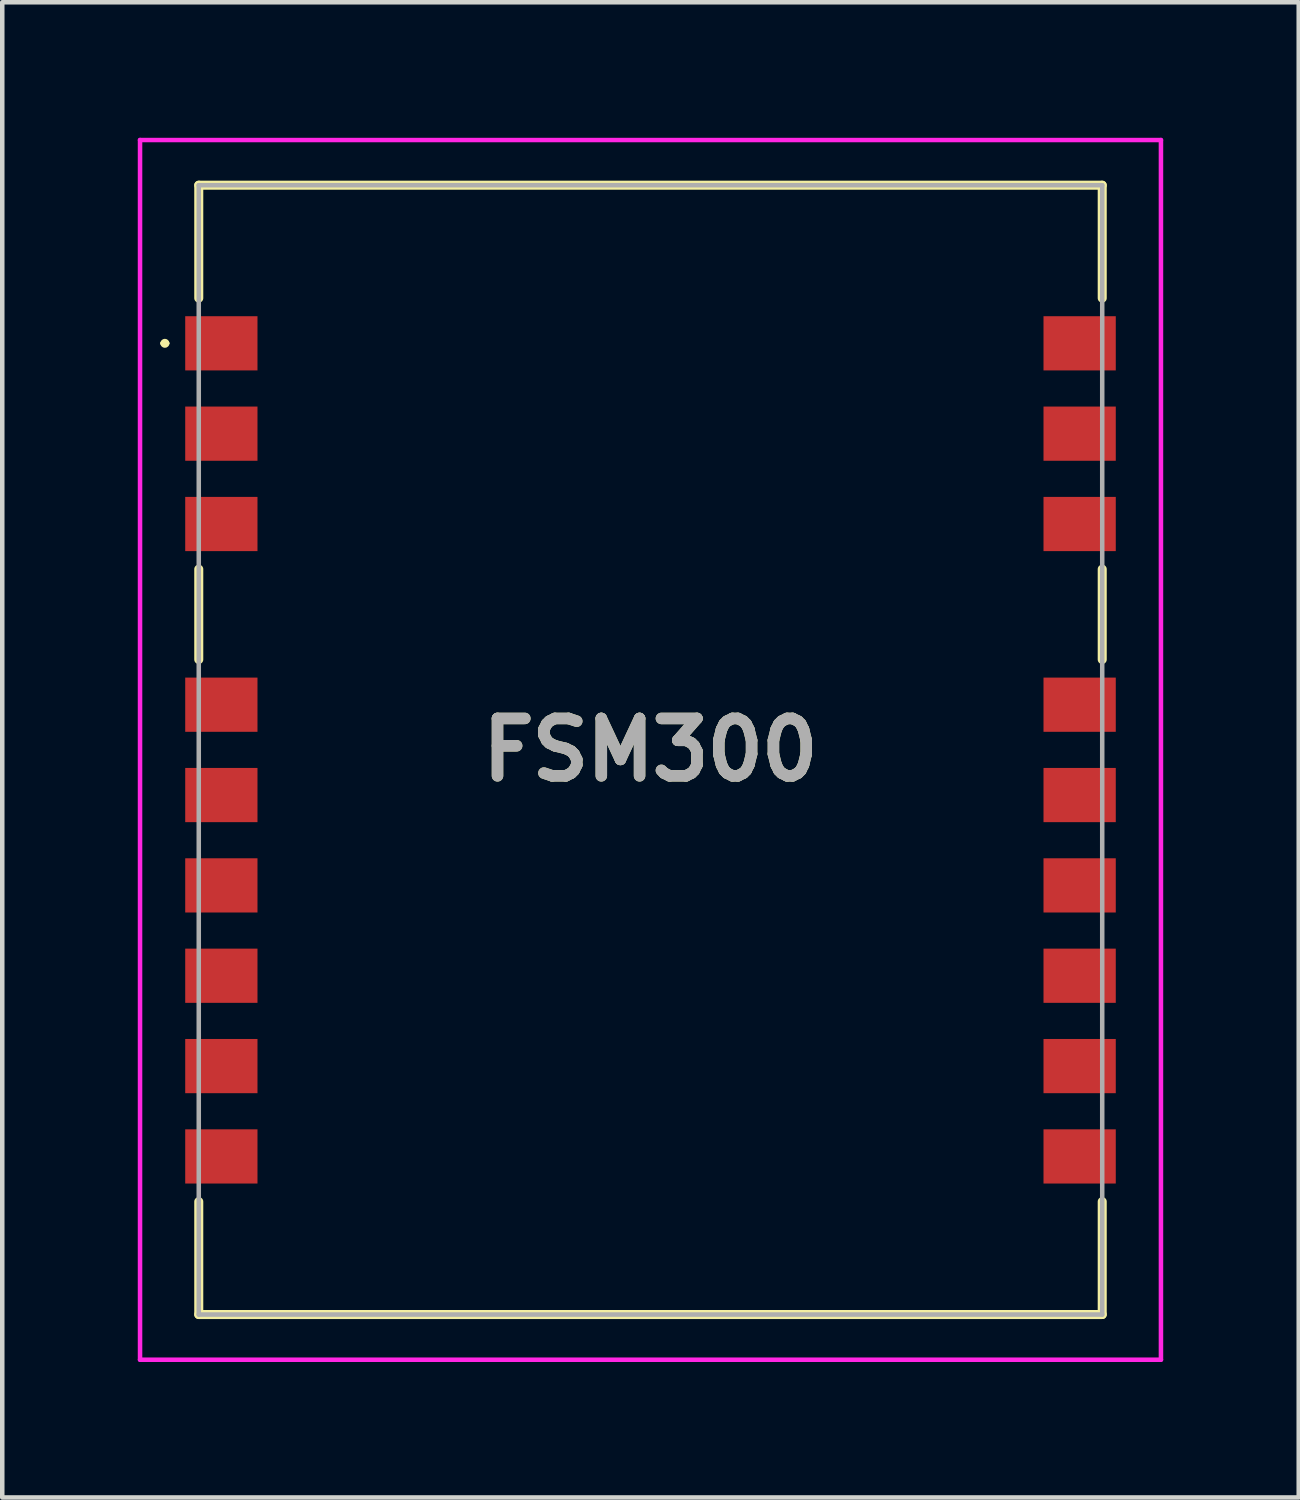
<source format=kicad_pcb>
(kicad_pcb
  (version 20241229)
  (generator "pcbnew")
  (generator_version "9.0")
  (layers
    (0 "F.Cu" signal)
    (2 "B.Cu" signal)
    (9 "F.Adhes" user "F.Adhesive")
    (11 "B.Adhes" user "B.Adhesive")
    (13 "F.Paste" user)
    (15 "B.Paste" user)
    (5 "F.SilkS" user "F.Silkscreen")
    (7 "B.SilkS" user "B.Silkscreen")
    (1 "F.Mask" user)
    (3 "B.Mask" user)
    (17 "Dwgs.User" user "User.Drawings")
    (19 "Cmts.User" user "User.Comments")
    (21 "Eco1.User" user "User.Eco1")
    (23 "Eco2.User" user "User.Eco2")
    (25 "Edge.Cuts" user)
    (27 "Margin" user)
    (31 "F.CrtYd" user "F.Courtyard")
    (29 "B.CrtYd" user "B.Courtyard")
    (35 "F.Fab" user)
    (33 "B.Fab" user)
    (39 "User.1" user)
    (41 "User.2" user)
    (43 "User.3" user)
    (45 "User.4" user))
  (footprint "FSM300"
    (layer "F.Cu")
    (at 11.35 13.55)
    (property "Reference" "FSM300" (at 0 0 0) (layer "F.SilkS") (effects (font (size 1.27 1.27) (thickness 0.254))))
    (attr smd)
    (fp_line (start -10.8 -9) (end -10.8 -9) (stroke (width 0.1) (type solid)) (layer "F.SilkS"))
    (fp_line (start -10.7 -9) (end -10.7 -9) (stroke (width 0.1) (type solid)) (layer "F.SilkS"))
    (fp_line (start -10 -12.5) (end -10 -10) (stroke (width 0.2) (type solid)) (layer "F.SilkS"))
    (fp_line (start -10 -4) (end -10 -2) (stroke (width 0.2) (type solid)) (layer "F.SilkS"))
    (fp_line (start -10 12.5) (end -10 10) (stroke (width 0.2) (type solid)) (layer "F.SilkS"))
    (fp_line (start 10 -12.5) (end -10 -12.5) (stroke (width 0.2) (type solid)) (layer "F.SilkS"))
    (fp_line (start 10 -10) (end 10 -12.5) (stroke (width 0.2) (type solid)) (layer "F.SilkS"))
    (fp_line (start 10 -4) (end 10 -2) (stroke (width 0.2) (type solid)) (layer "F.SilkS"))
    (fp_line (start 10 10) (end 10 12.5) (stroke (width 0.2) (type solid)) (layer "F.SilkS"))
    (fp_line (start 10 12.5) (end -10 12.5) (stroke (width 0.2) (type solid)) (layer "F.SilkS"))
    (fp_arc (start -10.8 -9) (mid -10.75 -9.05) (end -10.7 -9) (stroke (width 0.1) (type solid)) (layer "F.SilkS"))
    (fp_arc (start -10.7 -9) (mid -10.75 -8.95) (end -10.8 -9) (stroke (width 0.1) (type solid)) (layer "F.SilkS"))
    (fp_line (start -11.3 -13.5) (end 11.3 -13.5) (stroke (width 0.1) (type solid)) (layer "F.CrtYd"))
    (fp_line (start -11.3 13.5) (end -11.3 -13.5) (stroke (width 0.1) (type solid)) (layer "F.CrtYd"))
    (fp_line (start 11.3 -13.5) (end 11.3 13.5) (stroke (width 0.1) (type solid)) (layer "F.CrtYd"))
    (fp_line (start 11.3 13.5) (end -11.3 13.5) (stroke (width 0.1) (type solid)) (layer "F.CrtYd"))
    (fp_line (start -10 -12.5) (end 10 -12.5) (stroke (width 0.1) (type solid)) (layer "F.Fab"))
    (fp_line (start -10 12.5) (end -10 -12.5) (stroke (width 0.1) (type solid)) (layer "F.Fab"))
    (fp_line (start 10 -12.5) (end 10 12.5) (stroke (width 0.1) (type solid)) (layer "F.Fab"))
    (fp_line (start 10 12.5) (end -10 12.5) (stroke (width 0.1) (type solid)) (layer "F.Fab"))
    (fp_text user "${REFERENCE}" (at 0 0 0) (layer "F.Fab") (effects (font (size 1.27 1.27) (thickness 0.254))))
    (pad "1" smd rect (at -9.5 -9 90) (size 1.2 1.6) (layers "F.Cu" "F.Mask" "F.Paste"))
    (pad "2" smd rect (at -9.5 -7 90) (size 1.2 1.6) (layers "F.Cu" "F.Mask" "F.Paste"))
    (pad "3" smd rect (at -9.5 -5 90) (size 1.2 1.6) (layers "F.Cu" "F.Mask" "F.Paste"))
    (pad "4" smd rect (at -9.5 -1 90) (size 1.2 1.6) (layers "F.Cu" "F.Mask" "F.Paste"))
    (pad "5" smd rect (at -9.5 1 90) (size 1.2 1.6) (layers "F.Cu" "F.Mask" "F.Paste"))
    (pad "6" smd rect (at -9.5 3 90) (size 1.2 1.6) (layers "F.Cu" "F.Mask" "F.Paste"))
    (pad "7" smd rect (at -9.5 5 90) (size 1.2 1.6) (layers "F.Cu" "F.Mask" "F.Paste"))
    (pad "8" smd rect (at -9.5 7 90) (size 1.2 1.6) (layers "F.Cu" "F.Mask" "F.Paste"))
    (pad "9" smd rect (at -9.5 9 90) (size 1.2 1.6) (layers "F.Cu" "F.Mask" "F.Paste"))
    (pad "10" smd rect (at 9.5 9 90) (size 1.2 1.6) (layers "F.Cu" "F.Mask" "F.Paste"))
    (pad "11" smd rect (at 9.5 7 90) (size 1.2 1.6) (layers "F.Cu" "F.Mask" "F.Paste"))
    (pad "12" smd rect (at 9.5 5 90) (size 1.2 1.6) (layers "F.Cu" "F.Mask" "F.Paste"))
    (pad "13" smd rect (at 9.5 3 90) (size 1.2 1.6) (layers "F.Cu" "F.Mask" "F.Paste"))
    (pad "14" smd rect (at 9.5 1 90) (size 1.2 1.6) (layers "F.Cu" "F.Mask" "F.Paste"))
    (pad "15" smd rect (at 9.5 -1 90) (size 1.2 1.6) (layers "F.Cu" "F.Mask" "F.Paste"))
    (pad "16" smd rect (at 9.5 -5 90) (size 1.2 1.6) (layers "F.Cu" "F.Mask" "F.Paste"))
    (pad "17" smd rect (at 9.5 -7 90) (size 1.2 1.6) (layers "F.Cu" "F.Mask" "F.Paste"))
    (pad "18" smd rect (at 9.5 -9 90) (size 1.2 1.6) (layers "F.Cu" "F.Mask" "F.Paste")))
  (gr_rect
    (start -3 -3)
    (end 25.7 30.1)
    (stroke (width 0.1) (type default))
    (fill no)
    (layer "Edge.Cuts")))
</source>
